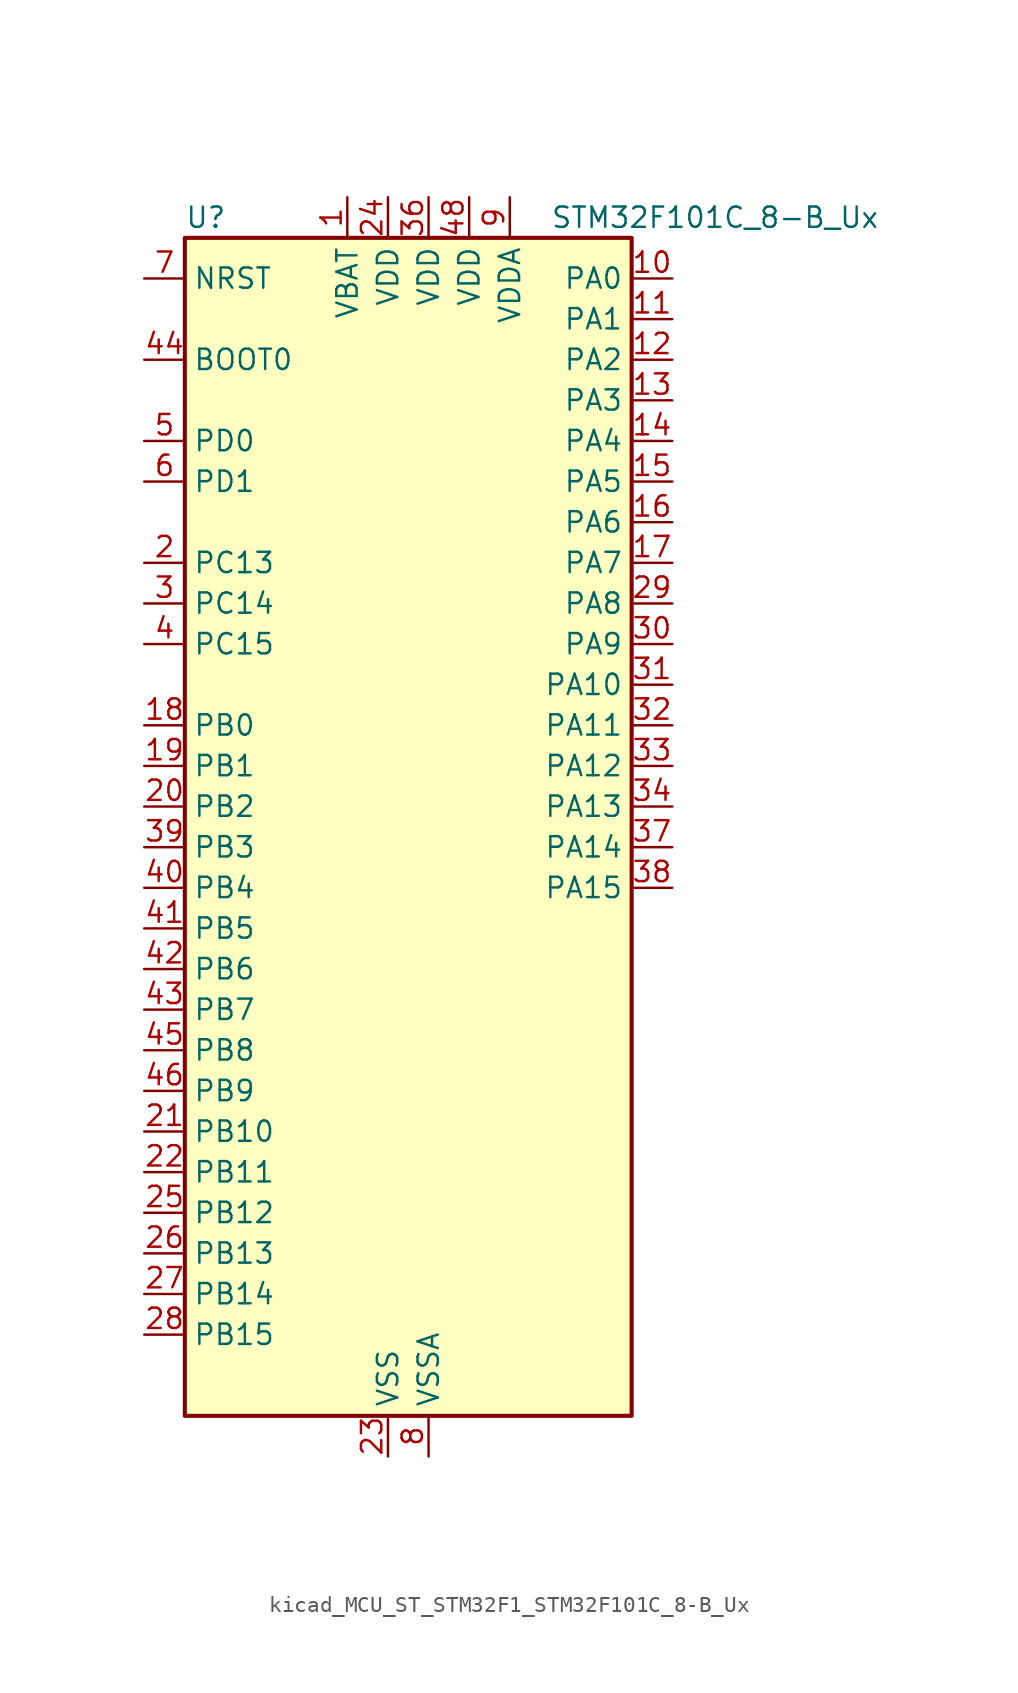
<source format=kicad_sym>
(kicad_symbol_lib
  (version 20220914)
  (generator kicad_symbol_editor)
  (symbol "kicad_MCU_ST_STM32F1_STM32F101C_8-B_Ux"
    (property "Reference" "U"
      (at -12.7 39.37 0)
      (effects (font (size 1.27 1.27)) (justify left)))
    (property "Value" "STM32F101C_8-B_Ux"
      (at 10.16 39.37 0)
      (effects (font (size 1.27 1.27)) (justify left)))
    (property "ki_locked" ""
      (at 0 0 0)
      (effects (font (size 1.27 1.27))))
    (symbol "kicad_MCU_ST_STM32F1_STM32F101C_8-B_Ux_0_1"
      (rectangle (start -12.7 -35.56) (end 15.24 38.1) (stroke (width 0.254) (type default)) (fill (type background))))
    (symbol "kicad_MCU_ST_STM32F1_STM32F101C_8-B_Ux_1_1"
      (pin power_in line (at -2.54 40.64 270) (length 2.54) (name "VBAT" (effects (font (size 1.27 1.27)))) (number "1" (effects (font (size 1.27 1.27)))))
      (pin bidirectional line (at 17.78 35.56 180) (length 2.54) (name "PA0" (effects (font (size 1.27 1.27)))) (number "10" (effects (font (size 1.27 1.27)))) (alternate "ADC1_IN0" bidirectional line) (alternate "SYS_WKUP" bidirectional line) (alternate "TIM2_CH1" bidirectional line) (alternate "TIM2_ETR" bidirectional line) (alternate "USART2_CTS" bidirectional line))
      (pin bidirectional line (at 17.78 33.02 180) (length 2.54) (name "PA1" (effects (font (size 1.27 1.27)))) (number "11" (effects (font (size 1.27 1.27)))) (alternate "ADC1_IN1" bidirectional line) (alternate "TIM2_CH2" bidirectional line) (alternate "USART2_RTS" bidirectional line))
      (pin bidirectional line (at 17.78 30.48 180) (length 2.54) (name "PA2" (effects (font (size 1.27 1.27)))) (number "12" (effects (font (size 1.27 1.27)))) (alternate "ADC1_IN2" bidirectional line) (alternate "TIM2_CH3" bidirectional line) (alternate "USART2_TX" bidirectional line))
      (pin bidirectional line (at 17.78 27.94 180) (length 2.54) (name "PA3" (effects (font (size 1.27 1.27)))) (number "13" (effects (font (size 1.27 1.27)))) (alternate "ADC1_IN3" bidirectional line) (alternate "TIM2_CH4" bidirectional line) (alternate "USART2_RX" bidirectional line))
      (pin bidirectional line (at 17.78 25.4 180) (length 2.54) (name "PA4" (effects (font (size 1.27 1.27)))) (number "14" (effects (font (size 1.27 1.27)))) (alternate "ADC1_IN4" bidirectional line) (alternate "SPI1_NSS" bidirectional line) (alternate "USART2_CK" bidirectional line))
      (pin bidirectional line (at 17.78 22.86 180) (length 2.54) (name "PA5" (effects (font (size 1.27 1.27)))) (number "15" (effects (font (size 1.27 1.27)))) (alternate "ADC1_IN5" bidirectional line) (alternate "SPI1_SCK" bidirectional line))
      (pin bidirectional line (at 17.78 20.32 180) (length 2.54) (name "PA6" (effects (font (size 1.27 1.27)))) (number "16" (effects (font (size 1.27 1.27)))) (alternate "ADC1_IN6" bidirectional line) (alternate "SPI1_MISO" bidirectional line) (alternate "TIM3_CH1" bidirectional line))
      (pin bidirectional line (at 17.78 17.78 180) (length 2.54) (name "PA7" (effects (font (size 1.27 1.27)))) (number "17" (effects (font (size 1.27 1.27)))) (alternate "ADC1_IN7" bidirectional line) (alternate "SPI1_MOSI" bidirectional line) (alternate "TIM3_CH2" bidirectional line))
      (pin bidirectional line (at -15.24 7.62 0) (length 2.54) (name "PB0" (effects (font (size 1.27 1.27)))) (number "18" (effects (font (size 1.27 1.27)))) (alternate "ADC1_IN8" bidirectional line) (alternate "TIM3_CH3" bidirectional line))
      (pin bidirectional line (at -15.24 5.08 0) (length 2.54) (name "PB1" (effects (font (size 1.27 1.27)))) (number "19" (effects (font (size 1.27 1.27)))) (alternate "ADC1_IN9" bidirectional line) (alternate "TIM3_CH4" bidirectional line))
      (pin bidirectional line (at -15.24 17.78 0) (length 2.54) (name "PC13" (effects (font (size 1.27 1.27)))) (number "2" (effects (font (size 1.27 1.27)))) (alternate "RTC_OUT" bidirectional line) (alternate "RTC_TAMPER" bidirectional line))
      (pin bidirectional line (at -15.24 2.54 0) (length 2.54) (name "PB2" (effects (font (size 1.27 1.27)))) (number "20" (effects (font (size 1.27 1.27)))))
      (pin bidirectional line (at -15.24 -17.78 0) (length 2.54) (name "PB10" (effects (font (size 1.27 1.27)))) (number "21" (effects (font (size 1.27 1.27)))) (alternate "I2C2_SCL" bidirectional line) (alternate "TIM2_CH3" bidirectional line) (alternate "USART3_TX" bidirectional line))
      (pin bidirectional line (at -15.24 -20.32 0) (length 2.54) (name "PB11" (effects (font (size 1.27 1.27)))) (number "22" (effects (font (size 1.27 1.27)))) (alternate "ADC1_EXTI11" bidirectional line) (alternate "I2C2_SDA" bidirectional line) (alternate "TIM2_CH4" bidirectional line) (alternate "USART3_RX" bidirectional line))
      (pin power_in line (at 0 -38.1 90) (length 2.54) (name "VSS" (effects (font (size 1.27 1.27)))) (number "23" (effects (font (size 1.27 1.27)))))
      (pin power_in line (at 0 40.64 270) (length 2.54) (name "VDD" (effects (font (size 1.27 1.27)))) (number "24" (effects (font (size 1.27 1.27)))))
      (pin bidirectional line (at -15.24 -22.86 0) (length 2.54) (name "PB12" (effects (font (size 1.27 1.27)))) (number "25" (effects (font (size 1.27 1.27)))) (alternate "I2C2_SMBA" bidirectional line) (alternate "SPI2_NSS" bidirectional line) (alternate "USART3_CK" bidirectional line))
      (pin bidirectional line (at -15.24 -25.4 0) (length 2.54) (name "PB13" (effects (font (size 1.27 1.27)))) (number "26" (effects (font (size 1.27 1.27)))) (alternate "SPI2_SCK" bidirectional line) (alternate "USART3_CTS" bidirectional line))
      (pin bidirectional line (at -15.24 -27.94 0) (length 2.54) (name "PB14" (effects (font (size 1.27 1.27)))) (number "27" (effects (font (size 1.27 1.27)))) (alternate "SPI2_MISO" bidirectional line) (alternate "USART3_RTS" bidirectional line))
      (pin bidirectional line (at -15.24 -30.48 0) (length 2.54) (name "PB15" (effects (font (size 1.27 1.27)))) (number "28" (effects (font (size 1.27 1.27)))) (alternate "ADC1_EXTI15" bidirectional line) (alternate "SPI2_MOSI" bidirectional line))
      (pin bidirectional line (at 17.78 15.24 180) (length 2.54) (name "PA8" (effects (font (size 1.27 1.27)))) (number "29" (effects (font (size 1.27 1.27)))) (alternate "RCC_MCO" bidirectional line) (alternate "USART1_CK" bidirectional line))
      (pin bidirectional line (at -15.24 15.24 0) (length 2.54) (name "PC14" (effects (font (size 1.27 1.27)))) (number "3" (effects (font (size 1.27 1.27)))) (alternate "RCC_OSC32_IN" bidirectional line))
      (pin bidirectional line (at 17.78 12.7 180) (length 2.54) (name "PA9" (effects (font (size 1.27 1.27)))) (number "30" (effects (font (size 1.27 1.27)))) (alternate "USART1_TX" bidirectional line))
      (pin bidirectional line (at 17.78 10.16 180) (length 2.54) (name "PA10" (effects (font (size 1.27 1.27)))) (number "31" (effects (font (size 1.27 1.27)))) (alternate "USART1_RX" bidirectional line))
      (pin bidirectional line (at 17.78 7.62 180) (length 2.54) (name "PA11" (effects (font (size 1.27 1.27)))) (number "32" (effects (font (size 1.27 1.27)))) (alternate "ADC1_EXTI11" bidirectional line) (alternate "USART1_CTS" bidirectional line))
      (pin bidirectional line (at 17.78 5.08 180) (length 2.54) (name "PA12" (effects (font (size 1.27 1.27)))) (number "33" (effects (font (size 1.27 1.27)))) (alternate "USART1_RTS" bidirectional line))
      (pin bidirectional line (at 17.78 2.54 180) (length 2.54) (name "PA13" (effects (font (size 1.27 1.27)))) (number "34" (effects (font (size 1.27 1.27)))) (alternate "SYS_JTMS-SWDIO" bidirectional line))
      (pin passive line (at 0 -38.1 90) (length 2.54) hide (name "VSS" (effects (font (size 1.27 1.27)))) (number "35" (effects (font (size 1.27 1.27)))))
      (pin power_in line (at 2.54 40.64 270) (length 2.54) (name "VDD" (effects (font (size 1.27 1.27)))) (number "36" (effects (font (size 1.27 1.27)))))
      (pin bidirectional line (at 17.78 0 180) (length 2.54) (name "PA14" (effects (font (size 1.27 1.27)))) (number "37" (effects (font (size 1.27 1.27)))) (alternate "SYS_JTCK-SWCLK" bidirectional line))
      (pin bidirectional line (at 17.78 -2.54 180) (length 2.54) (name "PA15" (effects (font (size 1.27 1.27)))) (number "38" (effects (font (size 1.27 1.27)))) (alternate "ADC1_EXTI15" bidirectional line) (alternate "SPI1_NSS" bidirectional line) (alternate "SYS_JTDI" bidirectional line) (alternate "TIM2_CH1" bidirectional line) (alternate "TIM2_ETR" bidirectional line))
      (pin bidirectional line (at -15.24 0 0) (length 2.54) (name "PB3" (effects (font (size 1.27 1.27)))) (number "39" (effects (font (size 1.27 1.27)))) (alternate "SPI1_SCK" bidirectional line) (alternate "SYS_JTDO-TRACESWO" bidirectional line) (alternate "TIM2_CH2" bidirectional line))
      (pin bidirectional line (at -15.24 12.7 0) (length 2.54) (name "PC15" (effects (font (size 1.27 1.27)))) (number "4" (effects (font (size 1.27 1.27)))) (alternate "ADC1_EXTI15" bidirectional line) (alternate "RCC_OSC32_OUT" bidirectional line))
      (pin bidirectional line (at -15.24 -2.54 0) (length 2.54) (name "PB4" (effects (font (size 1.27 1.27)))) (number "40" (effects (font (size 1.27 1.27)))) (alternate "SPI1_MISO" bidirectional line) (alternate "SYS_NJTRST" bidirectional line) (alternate "TIM3_CH1" bidirectional line))
      (pin bidirectional line (at -15.24 -5.08 0) (length 2.54) (name "PB5" (effects (font (size 1.27 1.27)))) (number "41" (effects (font (size 1.27 1.27)))) (alternate "I2C1_SMBA" bidirectional line) (alternate "SPI1_MOSI" bidirectional line) (alternate "TIM3_CH2" bidirectional line))
      (pin bidirectional line (at -15.24 -7.62 0) (length 2.54) (name "PB6" (effects (font (size 1.27 1.27)))) (number "42" (effects (font (size 1.27 1.27)))) (alternate "I2C1_SCL" bidirectional line) (alternate "TIM4_CH1" bidirectional line) (alternate "USART1_TX" bidirectional line))
      (pin bidirectional line (at -15.24 -10.16 0) (length 2.54) (name "PB7" (effects (font (size 1.27 1.27)))) (number "43" (effects (font (size 1.27 1.27)))) (alternate "I2C1_SDA" bidirectional line) (alternate "TIM4_CH2" bidirectional line) (alternate "USART1_RX" bidirectional line))
      (pin input line (at -15.24 30.48 0) (length 2.54) (name "BOOT0" (effects (font (size 1.27 1.27)))) (number "44" (effects (font (size 1.27 1.27)))))
      (pin bidirectional line (at -15.24 -12.7 0) (length 2.54) (name "PB8" (effects (font (size 1.27 1.27)))) (number "45" (effects (font (size 1.27 1.27)))) (alternate "I2C1_SCL" bidirectional line) (alternate "TIM4_CH3" bidirectional line))
      (pin bidirectional line (at -15.24 -15.24 0) (length 2.54) (name "PB9" (effects (font (size 1.27 1.27)))) (number "46" (effects (font (size 1.27 1.27)))) (alternate "I2C1_SDA" bidirectional line) (alternate "TIM4_CH4" bidirectional line))
      (pin passive line (at 0 -38.1 90) (length 2.54) hide (name "VSS" (effects (font (size 1.27 1.27)))) (number "47" (effects (font (size 1.27 1.27)))))
      (pin power_in line (at 5.08 40.64 270) (length 2.54) (name "VDD" (effects (font (size 1.27 1.27)))) (number "48" (effects (font (size 1.27 1.27)))))
      (pin passive line (at 0 -38.1 90) (length 2.54) hide (name "VSS" (effects (font (size 1.27 1.27)))) (number "49" (effects (font (size 1.27 1.27)))))
      (pin bidirectional line (at -15.24 25.4 0) (length 2.54) (name "PD0" (effects (font (size 1.27 1.27)))) (number "5" (effects (font (size 1.27 1.27)))) (alternate "RCC_OSC_IN" bidirectional line))
      (pin bidirectional line (at -15.24 22.86 0) (length 2.54) (name "PD1" (effects (font (size 1.27 1.27)))) (number "6" (effects (font (size 1.27 1.27)))) (alternate "RCC_OSC_OUT" bidirectional line))
      (pin input line (at -15.24 35.56 0) (length 2.54) (name "NRST" (effects (font (size 1.27 1.27)))) (number "7" (effects (font (size 1.27 1.27)))))
      (pin power_in line (at 2.54 -38.1 90) (length 2.54) (name "VSSA" (effects (font (size 1.27 1.27)))) (number "8" (effects (font (size 1.27 1.27)))))
      (pin power_in line (at 7.62 40.64 270) (length 2.54) (name "VDDA" (effects (font (size 1.27 1.27)))) (number "9" (effects (font (size 1.27 1.27))))))))
</source>
